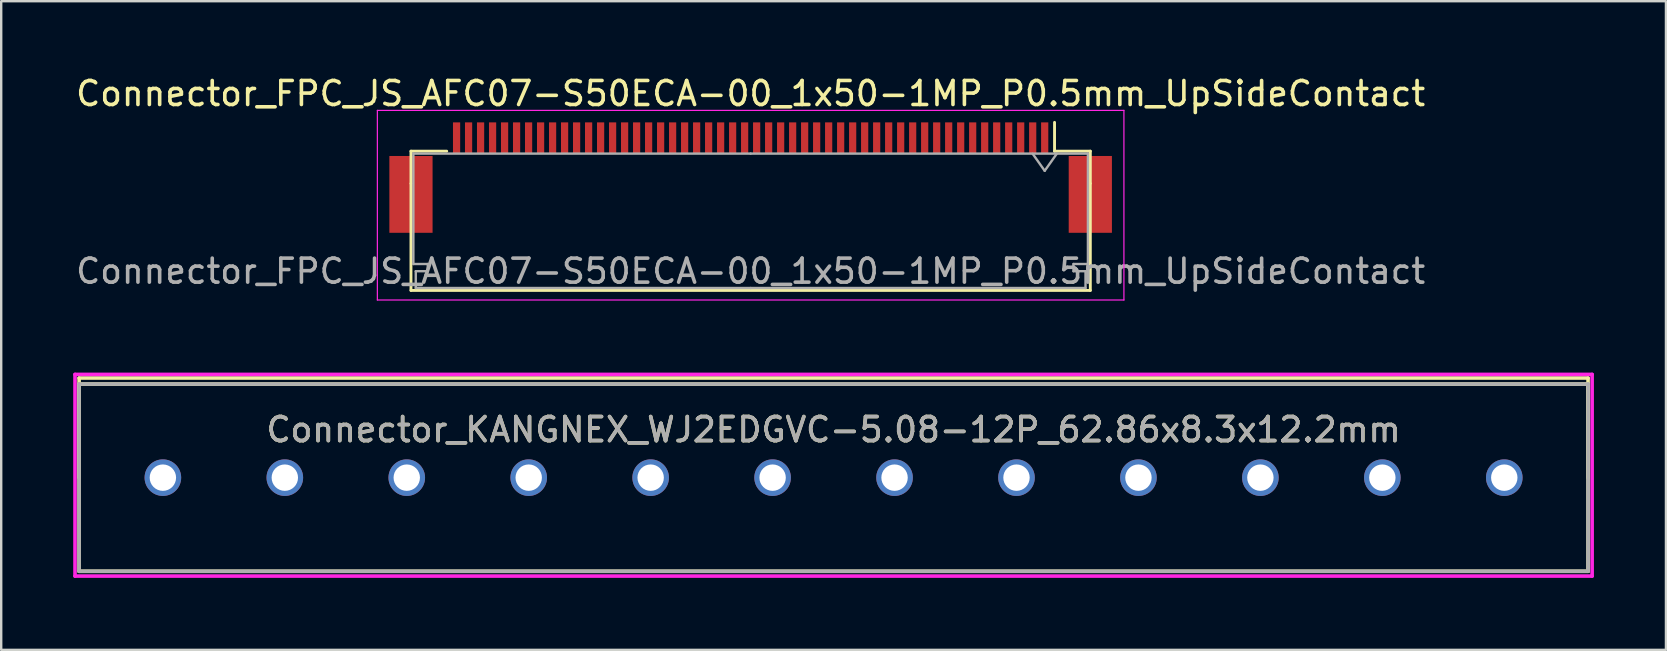
<source format=kicad_pcb>
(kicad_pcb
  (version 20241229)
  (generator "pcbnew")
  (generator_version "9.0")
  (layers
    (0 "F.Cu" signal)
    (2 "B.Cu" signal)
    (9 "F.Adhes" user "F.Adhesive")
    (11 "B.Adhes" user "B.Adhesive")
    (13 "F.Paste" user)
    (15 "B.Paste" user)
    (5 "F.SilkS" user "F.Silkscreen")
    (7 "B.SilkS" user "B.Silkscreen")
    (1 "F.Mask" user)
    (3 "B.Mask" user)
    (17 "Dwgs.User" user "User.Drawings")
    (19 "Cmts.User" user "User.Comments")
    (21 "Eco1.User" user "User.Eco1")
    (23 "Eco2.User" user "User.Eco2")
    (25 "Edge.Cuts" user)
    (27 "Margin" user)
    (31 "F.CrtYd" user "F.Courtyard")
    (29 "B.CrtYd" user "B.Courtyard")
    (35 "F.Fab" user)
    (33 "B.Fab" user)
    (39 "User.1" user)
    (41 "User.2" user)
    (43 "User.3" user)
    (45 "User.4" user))
  (footprint "Connector_KANGNEX_WJ2EDGVC-5.08-12P_62.86x8.3x12.2mm"
    (layer "F.Cu")
    (at 31.675 16.848)
    (property "Reference" "Connector_KANGNEX_WJ2EDGVC-5.08-12P_62.86x8.3x12.2mm" (at 0 -2 0) (layer "F.SilkS") (effects (font (size 1 1) (thickness 0.15))))
    (attr through_hole)
    (fp_line (start -31.43 -4.15) (end -31.43 0) (stroke (width 0.15) (type solid)) (layer "F.SilkS"))
    (fp_line (start -31.43 -4.15) (end 31.43 -4.15) (stroke (width 0.15) (type solid)) (layer "F.SilkS"))
    (fp_line (start -31.43 -3.9) (end 31.43 -3.9) (stroke (width 0.15) (type solid)) (layer "F.SilkS"))
    (fp_line (start -31.43 3.9) (end -31.43 -3.9) (stroke (width 0.15) (type solid)) (layer "F.SilkS"))
    (fp_line (start 31.43 -4.15) (end 31.43 0) (stroke (width 0.15) (type solid)) (layer "F.SilkS"))
    (fp_line (start 31.43 -3.9) (end 31.43 3.9) (stroke (width 0.15) (type solid)) (layer "F.SilkS"))
    (fp_line (start 31.43 3.9) (end -31.43 3.9) (stroke (width 0.15) (type solid)) (layer "F.SilkS"))
    (fp_line (start -31.6 -4.3) (end 31.6 -4.3) (stroke (width 0.15) (type solid)) (layer "F.CrtYd"))
    (fp_line (start -31.6 4.1) (end -31.6 -4.3) (stroke (width 0.15) (type solid)) (layer "F.CrtYd"))
    (fp_line (start 31.6 -4.3) (end 31.6 4.1) (stroke (width 0.15) (type solid)) (layer "F.CrtYd"))
    (fp_line (start 31.6 4.1) (end -31.6 4.1) (stroke (width 0.15) (type solid)) (layer "F.CrtYd"))
    (fp_line (start -31.43 -3.9) (end -31.43 3.9) (stroke (width 0.15) (type solid)) (layer "F.Fab"))
    (fp_line (start -31.43 3.9) (end 31.43 3.9) (stroke (width 0.15) (type solid)) (layer "F.Fab"))
    (fp_line (start 31.43 -3.9) (end -31.43 -3.9) (stroke (width 0.15) (type solid)) (layer "F.Fab"))
    (fp_line (start 31.43 3.9) (end 31.43 -3.9) (stroke (width 0.15) (type solid)) (layer "F.Fab"))
    (fp_text user "${REFERENCE}" (at 0 -2 0) (layer "F.Fab") (effects (font (size 1 1) (thickness 0.15))))
    (pad "1" thru_hole circle (at 27.94 0) (size 1.524 1.524) (drill 1.1) (layers "*.Cu" "*.Mask"))
    (pad "2" thru_hole circle (at 22.86 0) (size 1.524 1.524) (drill 1.1) (layers "*.Cu" "*.Mask"))
    (pad "3" thru_hole circle (at 17.78 0) (size 1.524 1.524) (drill 1.1) (layers "*.Cu" "*.Mask"))
    (pad "4" thru_hole circle (at 12.7 0) (size 1.524 1.524) (drill 1.1) (layers "*.Cu" "*.Mask"))
    (pad "5" thru_hole circle (at 7.62 0) (size 1.524 1.524) (drill 1.1) (layers "*.Cu" "*.Mask"))
    (pad "6" thru_hole circle (at 2.54 0) (size 1.524 1.524) (drill 1.1) (layers "*.Cu" "*.Mask"))
    (pad "7" thru_hole circle (at -2.54 0) (size 1.524 1.524) (drill 1.1) (layers "*.Cu" "*.Mask"))
    (pad "8" thru_hole circle (at -7.62 0) (size 1.524 1.524) (drill 1.1) (layers "*.Cu" "*.Mask"))
    (pad "9" thru_hole circle (at -12.7 0) (size 1.524 1.524) (drill 1.1) (layers "*.Cu" "*.Mask"))
    (pad "10" thru_hole circle (at -17.78 0) (size 1.524 1.524) (drill 1.1) (layers "*.Cu" "*.Mask"))
    (pad "11" thru_hole circle (at -22.86 0) (size 1.524 1.524) (drill 1.1) (layers "*.Cu" "*.Mask"))
    (pad "12" thru_hole circle (at -27.94 0) (size 1.524 1.524) (drill 1.1) (layers "*.Cu" "*.Mask")))
  (footprint "Connector_FPC_JS_AFC07-S50ECA-00_1x50-1MP_P0.5mm_UpSideContact"
    (layer "F.Cu")
    (at 28.22 4.548)
    (property "Reference" "Connector_FPC_JS_AFC07-S50ECA-00_1x50-1MP_P0.5mm_UpSideContact" (at 0 -3.7 0) (layer "F.SilkS") (effects (font (size 1 1) (thickness 0.15))))
    (attr smd)
    (fp_line (start -14.15 -1.3) (end -14.15 0.04) (stroke (width 0.12) (type solid)) (layer "F.SilkS"))
    (fp_line (start -14.15 0.05) (end -14.15 4.5) (stroke (width 0.12) (type solid)) (layer "F.SilkS"))
    (fp_line (start -14.15 4.5) (end 14.15 4.5) (stroke (width 0.12) (type solid)) (layer "F.SilkS"))
    (fp_line (start -12.66 -1.3) (end -14.15 -1.3) (stroke (width 0.12) (type solid)) (layer "F.SilkS"))
    (fp_line (start 12.66 -1.3) (end 12.66 -2.5) (stroke (width 0.12) (type solid)) (layer "F.SilkS"))
    (fp_line (start 12.66 -1.3) (end 14.15 -1.3) (stroke (width 0.12) (type solid)) (layer "F.SilkS"))
    (fp_line (start 14.15 -1.3) (end 14.15 0.04) (stroke (width 0.12) (type solid)) (layer "F.SilkS"))
    (fp_line (start 14.15 4.5) (end 14.15 0.05) (stroke (width 0.12) (type solid)) (layer "F.SilkS"))
    (fp_line (start -15.55 -3) (end -15.55 4.9) (stroke (width 0.05) (type solid)) (layer "F.CrtYd"))
    (fp_line (start -15.55 4.9) (end 15.55 4.9) (stroke (width 0.05) (type solid)) (layer "F.CrtYd"))
    (fp_line (start 15.55 -3) (end -15.55 -3) (stroke (width 0.05) (type solid)) (layer "F.CrtYd"))
    (fp_line (start 15.55 4.9) (end 15.55 -3) (stroke (width 0.05) (type solid)) (layer "F.CrtYd"))
    (fp_line (start -14.05 -1.2) (end -14.05 3.4) (stroke (width 0.1) (type solid)) (layer "F.Fab"))
    (fp_line (start -14.05 3.4) (end -13.45 3.4) (stroke (width 0.1) (type solid)) (layer "F.Fab"))
    (fp_line (start -13.95 3.7) (end -13.95 4.4) (stroke (width 0.1) (type solid)) (layer "F.Fab"))
    (fp_line (start -13.95 4.4) (end 0 4.4) (stroke (width 0.1) (type solid)) (layer "F.Fab"))
    (fp_line (start -13.45 3.4) (end -13.45 3.7) (stroke (width 0.1) (type solid)) (layer "F.Fab"))
    (fp_line (start -13.45 3.7) (end -13.95 3.7) (stroke (width 0.1) (type solid)) (layer "F.Fab"))
    (fp_line (start 0 -1.2) (end -14.05 -1.2) (stroke (width 0.1) (type solid)) (layer "F.Fab"))
    (fp_line (start 0 -1.2) (end 14.05 -1.2) (stroke (width 0.1) (type solid)) (layer "F.Fab"))
    (fp_line (start 11.75 -1.19) (end 12.25 -0.483) (stroke (width 0.1) (type solid)) (layer "F.Fab"))
    (fp_line (start 12.25 -0.483) (end 12.75 -1.19) (stroke (width 0.1) (type solid)) (layer "F.Fab"))
    (fp_line (start 13.45 3.4) (end 13.45 3.7) (stroke (width 0.1) (type solid)) (layer "F.Fab"))
    (fp_line (start 13.45 3.7) (end 13.95 3.7) (stroke (width 0.1) (type solid)) (layer "F.Fab"))
    (fp_line (start 13.95 3.7) (end 13.95 4.4) (stroke (width 0.1) (type solid)) (layer "F.Fab"))
    (fp_line (start 13.95 4.4) (end 0 4.4) (stroke (width 0.1) (type solid)) (layer "F.Fab"))
    (fp_line (start 14.05 -1.2) (end 14.05 3.4) (stroke (width 0.1) (type solid)) (layer "F.Fab"))
    (fp_line (start 14.05 3.4) (end 13.45 3.4) (stroke (width 0.1) (type solid)) (layer "F.Fab"))
    (fp_text user "${REFERENCE}" (at 0 3.7 0) (layer "F.Fab") (effects (font (size 1 1) (thickness 0.15))))
    (pad "1" smd rect (at 12.25 -1.85) (size 0.3 1.3) (layers "F.Cu" "F.Mask" "F.Paste"))
    (pad "2" smd rect (at 11.75 -1.85) (size 0.3 1.3) (layers "F.Cu" "F.Mask" "F.Paste"))
    (pad "3" smd rect (at 11.25 -1.85) (size 0.3 1.3) (layers "F.Cu" "F.Mask" "F.Paste"))
    (pad "4" smd rect (at 10.75 -1.85) (size 0.3 1.3) (layers "F.Cu" "F.Mask" "F.Paste"))
    (pad "5" smd rect (at 10.25 -1.85) (size 0.3 1.3) (layers "F.Cu" "F.Mask" "F.Paste"))
    (pad "6" smd rect (at 9.75 -1.85) (size 0.3 1.3) (layers "F.Cu" "F.Mask" "F.Paste"))
    (pad "7" smd rect (at 9.25 -1.85) (size 0.3 1.3) (layers "F.Cu" "F.Mask" "F.Paste"))
    (pad "8" smd rect (at 8.75 -1.85) (size 0.3 1.3) (layers "F.Cu" "F.Mask" "F.Paste"))
    (pad "9" smd rect (at 8.25 -1.85) (size 0.3 1.3) (layers "F.Cu" "F.Mask" "F.Paste"))
    (pad "10" smd rect (at 7.75 -1.85) (size 0.3 1.3) (layers "F.Cu" "F.Mask" "F.Paste"))
    (pad "11" smd rect (at 7.25 -1.85) (size 0.3 1.3) (layers "F.Cu" "F.Mask" "F.Paste"))
    (pad "12" smd rect (at 6.75 -1.85) (size 0.3 1.3) (layers "F.Cu" "F.Mask" "F.Paste"))
    (pad "13" smd rect (at 6.25 -1.85) (size 0.3 1.3) (layers "F.Cu" "F.Mask" "F.Paste"))
    (pad "14" smd rect (at 5.75 -1.85) (size 0.3 1.3) (layers "F.Cu" "F.Mask" "F.Paste"))
    (pad "15" smd rect (at 5.25 -1.85) (size 0.3 1.3) (layers "F.Cu" "F.Mask" "F.Paste"))
    (pad "16" smd rect (at 4.75 -1.85) (size 0.3 1.3) (layers "F.Cu" "F.Mask" "F.Paste"))
    (pad "17" smd rect (at 4.25 -1.85) (size 0.3 1.3) (layers "F.Cu" "F.Mask" "F.Paste"))
    (pad "18" smd rect (at 3.75 -1.85) (size 0.3 1.3) (layers "F.Cu" "F.Mask" "F.Paste"))
    (pad "19" smd rect (at 3.25 -1.85) (size 0.3 1.3) (layers "F.Cu" "F.Mask" "F.Paste"))
    (pad "20" smd rect (at 2.75 -1.85) (size 0.3 1.3) (layers "F.Cu" "F.Mask" "F.Paste"))
    (pad "21" smd rect (at 2.25 -1.85) (size 0.3 1.3) (layers "F.Cu" "F.Mask" "F.Paste"))
    (pad "22" smd rect (at 1.75 -1.85) (size 0.3 1.3) (layers "F.Cu" "F.Mask" "F.Paste"))
    (pad "23" smd rect (at 1.25 -1.85) (size 0.3 1.3) (layers "F.Cu" "F.Mask" "F.Paste"))
    (pad "24" smd rect (at 0.75 -1.85) (size 0.3 1.3) (layers "F.Cu" "F.Mask" "F.Paste"))
    (pad "25" smd rect (at 0.25 -1.85) (size 0.3 1.3) (layers "F.Cu" "F.Mask" "F.Paste"))
    (pad "26" smd rect (at -0.25 -1.85) (size 0.3 1.3) (layers "F.Cu" "F.Mask" "F.Paste"))
    (pad "27" smd rect (at -0.75 -1.85) (size 0.3 1.3) (layers "F.Cu" "F.Mask" "F.Paste"))
    (pad "28" smd rect (at -1.25 -1.85) (size 0.3 1.3) (layers "F.Cu" "F.Mask" "F.Paste"))
    (pad "29" smd rect (at -1.75 -1.85) (size 0.3 1.3) (layers "F.Cu" "F.Mask" "F.Paste"))
    (pad "30" smd rect (at -2.25 -1.85) (size 0.3 1.3) (layers "F.Cu" "F.Mask" "F.Paste"))
    (pad "31" smd rect (at -2.75 -1.85) (size 0.3 1.3) (layers "F.Cu" "F.Mask" "F.Paste"))
    (pad "32" smd rect (at -3.25 -1.85) (size 0.3 1.3) (layers "F.Cu" "F.Mask" "F.Paste"))
    (pad "33" smd rect (at -3.75 -1.85) (size 0.3 1.3) (layers "F.Cu" "F.Mask" "F.Paste"))
    (pad "34" smd rect (at -4.25 -1.85) (size 0.3 1.3) (layers "F.Cu" "F.Mask" "F.Paste"))
    (pad "35" smd rect (at -4.75 -1.85) (size 0.3 1.3) (layers "F.Cu" "F.Mask" "F.Paste"))
    (pad "36" smd rect (at -5.25 -1.85) (size 0.3 1.3) (layers "F.Cu" "F.Mask" "F.Paste"))
    (pad "37" smd rect (at -5.75 -1.85) (size 0.3 1.3) (layers "F.Cu" "F.Mask" "F.Paste"))
    (pad "38" smd rect (at -6.25 -1.85) (size 0.3 1.3) (layers "F.Cu" "F.Mask" "F.Paste"))
    (pad "39" smd rect (at -6.75 -1.85) (size 0.3 1.3) (layers "F.Cu" "F.Mask" "F.Paste"))
    (pad "40" smd rect (at -7.25 -1.85) (size 0.3 1.3) (layers "F.Cu" "F.Mask" "F.Paste"))
    (pad "41" smd rect (at -7.75 -1.85) (size 0.3 1.3) (layers "F.Cu" "F.Mask" "F.Paste"))
    (pad "42" smd rect (at -8.25 -1.85) (size 0.3 1.3) (layers "F.Cu" "F.Mask" "F.Paste"))
    (pad "43" smd rect (at -8.75 -1.85) (size 0.3 1.3) (layers "F.Cu" "F.Mask" "F.Paste"))
    (pad "44" smd rect (at -9.25 -1.85) (size 0.3 1.3) (layers "F.Cu" "F.Mask" "F.Paste"))
    (pad "45" smd rect (at -9.75 -1.85) (size 0.3 1.3) (layers "F.Cu" "F.Mask" "F.Paste"))
    (pad "46" smd rect (at -10.25 -1.85) (size 0.3 1.3) (layers "F.Cu" "F.Mask" "F.Paste"))
    (pad "47" smd rect (at -10.75 -1.85) (size 0.3 1.3) (layers "F.Cu" "F.Mask" "F.Paste"))
    (pad "48" smd rect (at -11.25 -1.85) (size 0.3 1.3) (layers "F.Cu" "F.Mask" "F.Paste"))
    (pad "49" smd rect (at -11.75 -1.85) (size 0.3 1.3) (layers "F.Cu" "F.Mask" "F.Paste"))
    (pad "50" smd rect (at -12.25 -1.85) (size 0.3 1.3) (layers "F.Cu" "F.Mask" "F.Paste"))
    (pad "MP" smd rect (at -14.15 0.5) (size 1.8 3.2) (layers "F.Cu" "F.Mask" "F.Paste"))
    (pad "MP" smd rect (at 14.15 0.5) (size 1.8 3.2) (layers "F.Cu" "F.Mask" "F.Paste")))
  (gr_rect
    (start -3 -3)
    (end 66.35 24.023)
    (stroke (width 0.1) (type default))
    (fill no)
    (layer "Edge.Cuts")))
</source>
